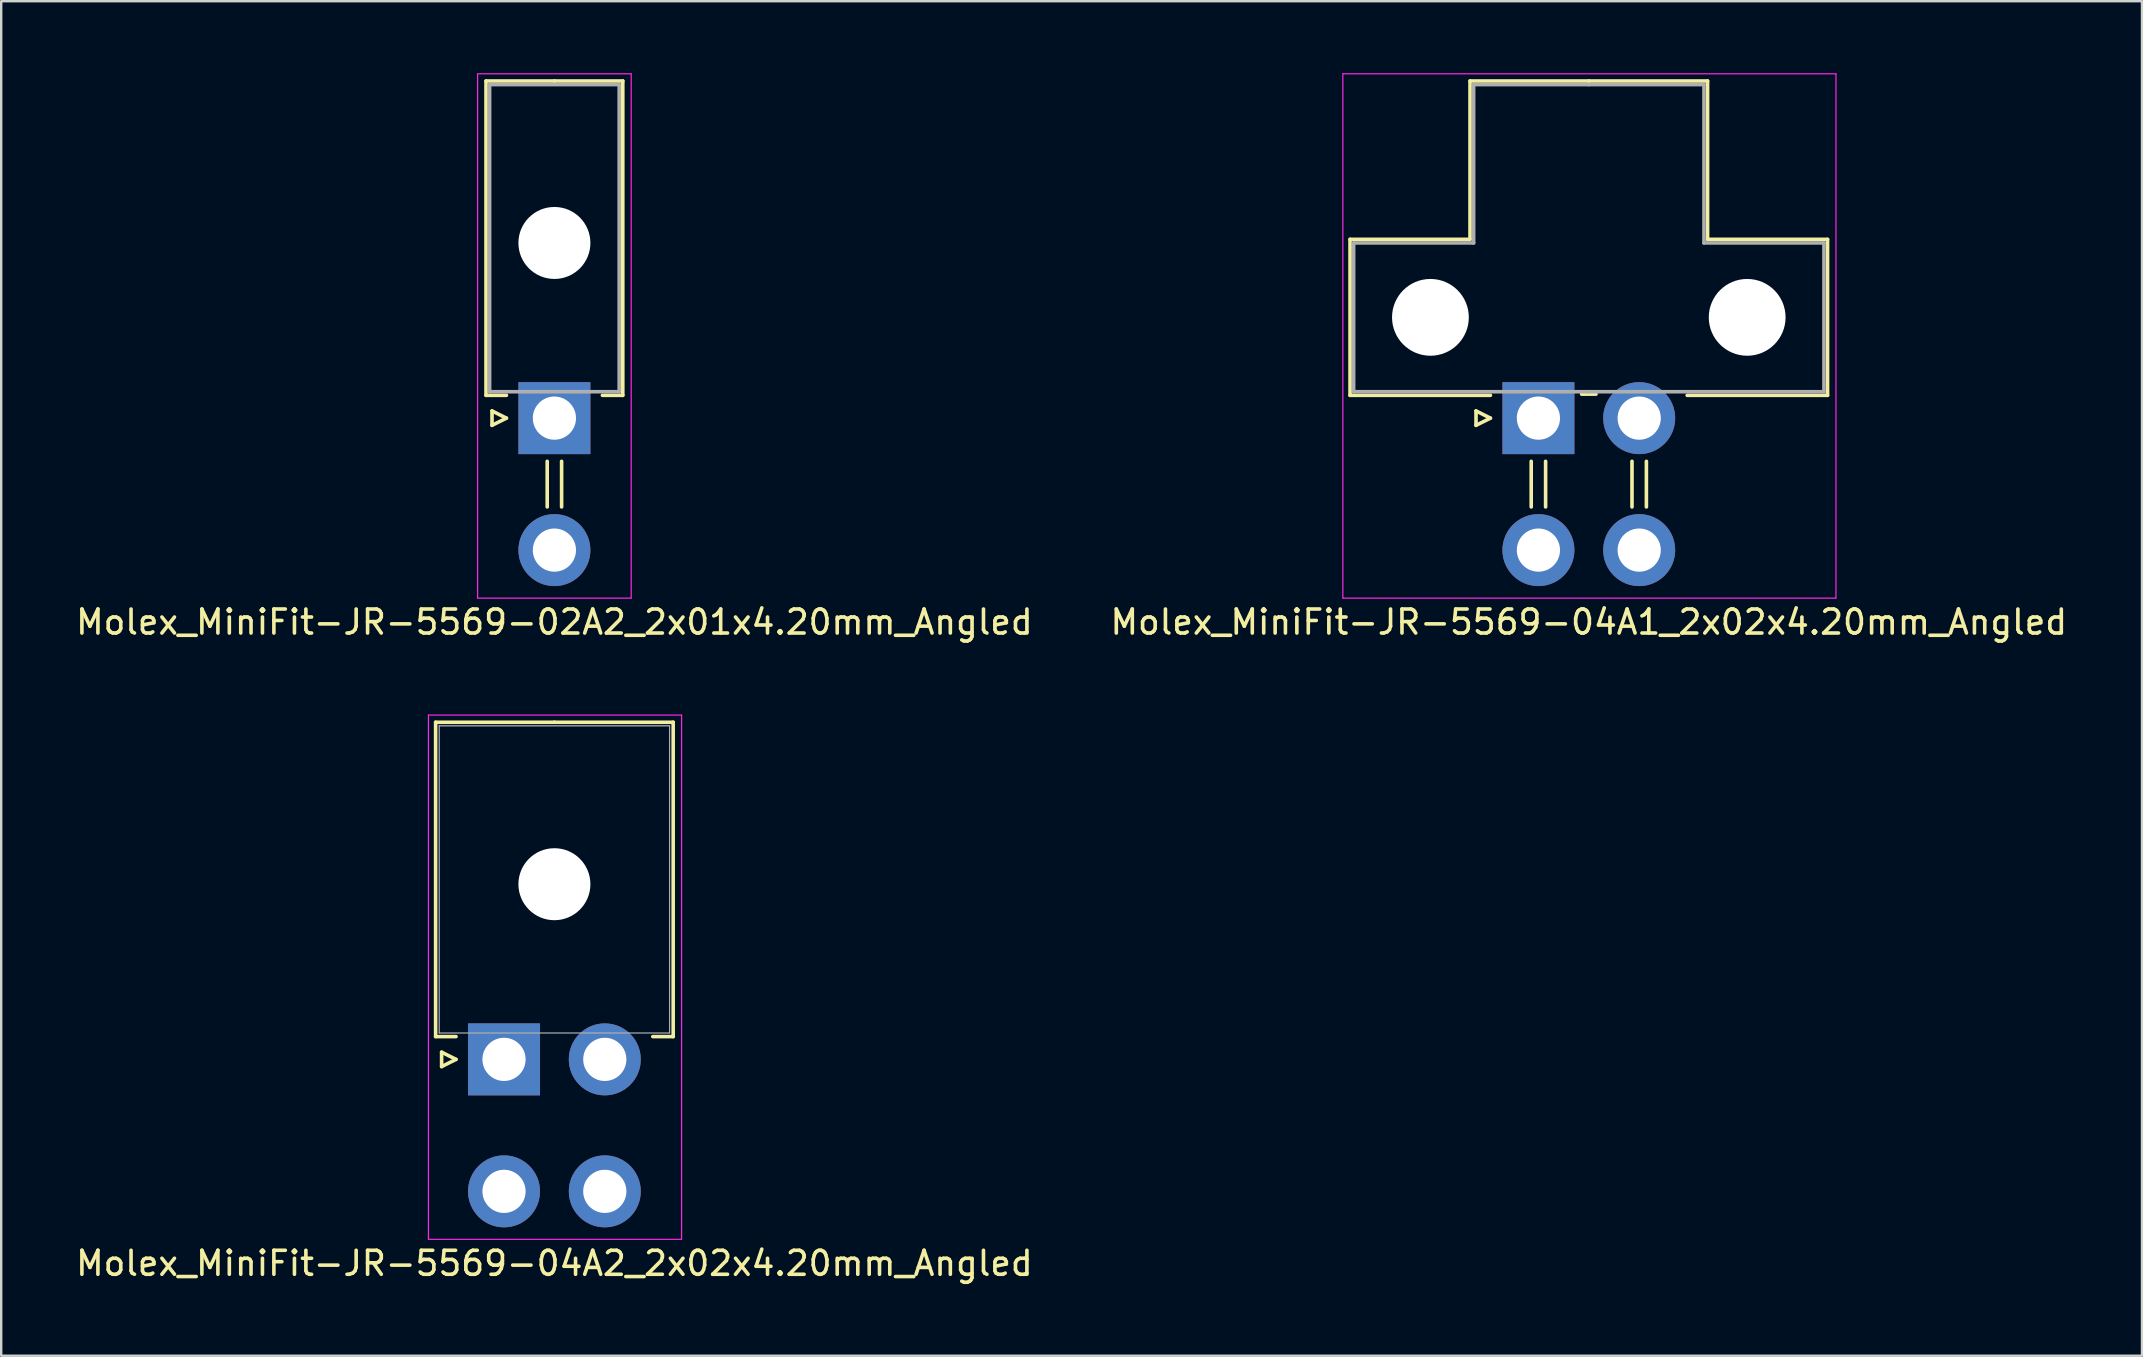
<source format=kicad_pcb>
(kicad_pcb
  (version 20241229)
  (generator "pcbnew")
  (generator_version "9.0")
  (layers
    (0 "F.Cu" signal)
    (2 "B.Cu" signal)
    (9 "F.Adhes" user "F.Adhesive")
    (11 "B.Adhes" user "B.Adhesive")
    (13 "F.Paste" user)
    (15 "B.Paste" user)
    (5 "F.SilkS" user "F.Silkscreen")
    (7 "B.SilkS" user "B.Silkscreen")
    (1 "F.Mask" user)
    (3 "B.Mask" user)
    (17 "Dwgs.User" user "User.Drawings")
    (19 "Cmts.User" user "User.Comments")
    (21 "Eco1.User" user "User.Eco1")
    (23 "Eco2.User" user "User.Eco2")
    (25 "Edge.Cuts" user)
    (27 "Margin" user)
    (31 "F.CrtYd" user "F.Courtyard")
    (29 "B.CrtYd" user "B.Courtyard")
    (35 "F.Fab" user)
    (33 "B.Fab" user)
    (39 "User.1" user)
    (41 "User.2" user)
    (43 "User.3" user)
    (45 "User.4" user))
  (footprint "Molex_MiniFit-JR-5569-04A2_2x02x4.20mm_Angled"
    (layer "F.Cu")
    (at 17.954 41.098)
    (property "Reference" "Molex_MiniFit-JR-5569-04A2_2x02x4.20mm_Angled" (at 2.1 8.5 0) (layer "F.SilkS") (effects (font (size 1 1) (thickness 0.15))))
    (attr through_hole)
    (fp_line (start -2.85 -14.05) (end 2.1 -14.05) (stroke (width 0.15) (type solid)) (layer "F.SilkS"))
    (fp_line (start -2.85 -0.95) (end -2.85 -14.05) (stroke (width 0.15) (type solid)) (layer "F.SilkS"))
    (fp_line (start -2.6 -0.3) (end -2 0) (stroke (width 0.15) (type solid)) (layer "F.SilkS"))
    (fp_line (start -2.6 0.3) (end -2.6 -0.3) (stroke (width 0.15) (type solid)) (layer "F.SilkS"))
    (fp_line (start -2 -0.95) (end -2.85 -0.95) (stroke (width 0.15) (type solid)) (layer "F.SilkS"))
    (fp_line (start -2 0) (end -2.6 0.3) (stroke (width 0.15) (type solid)) (layer "F.SilkS"))
    (fp_line (start 6.2 -0.95) (end 7.05 -0.95) (stroke (width 0.15) (type solid)) (layer "F.SilkS"))
    (fp_line (start 7.05 -14.05) (end 2.1 -14.05) (stroke (width 0.15) (type solid)) (layer "F.SilkS"))
    (fp_line (start 7.05 -0.95) (end 7.05 -14.05) (stroke (width 0.15) (type solid)) (layer "F.SilkS"))
    (fp_line (start -3.15 -14.35) (end -3.15 7.5) (stroke (width 0.05) (type solid)) (layer "F.CrtYd"))
    (fp_line (start -3.15 7.5) (end 7.4 7.5) (stroke (width 0.05) (type solid)) (layer "F.CrtYd"))
    (fp_line (start 7.4 -14.35) (end -3.15 -14.35) (stroke (width 0.05) (type solid)) (layer "F.CrtYd"))
    (fp_line (start 7.4 7.5) (end 7.4 -14.35) (stroke (width 0.05) (type solid)) (layer "F.CrtYd"))
    (fp_line (start -2.7 -13.9) (end -2.7 -1.1) (stroke (width 0.05) (type solid)) (layer "F.Fab"))
    (fp_line (start -2.7 -1.1) (end 6.9 -1.1) (stroke (width 0.05) (type solid)) (layer "F.Fab"))
    (fp_line (start 6.9 -13.9) (end -2.7 -13.9) (stroke (width 0.05) (type solid)) (layer "F.Fab"))
    (fp_line (start 6.9 -1.1) (end 6.9 -13.9) (stroke (width 0.05) (type solid)) (layer "F.Fab"))
    (pad "" np_thru_hole circle (at 2.1 -7.3) (size 3 3) (drill 3) (layers "*.Cu"))
    (pad "1" thru_hole rect (at 0 0) (size 3 3) (drill 1.8) (layers "*.Cu" "*.Mask"))
    (pad "2" thru_hole circle (at 4.2 0) (size 3 3) (drill 1.8) (layers "*.Cu" "*.Mask"))
    (pad "3" thru_hole circle (at 0 5.5) (size 3 3) (drill 1.8) (layers "*.Cu" "*.Mask"))
    (pad "4" thru_hole circle (at 4.2 5.5) (size 3 3) (drill 1.8) (layers "*.Cu" "*.Mask")))
  (footprint "Molex_MiniFit-JR-5569-04A1_2x02x4.20mm_Angled"
    (layer "F.Cu")
    (at 61.061 14.375)
    (property "Reference" "Molex_MiniFit-JR-5569-04A1_2x02x4.20mm_Angled" (at 2.1 8.5 0) (layer "F.SilkS") (effects (font (size 1 1) (thickness 0.15))))
    (attr through_hole)
    (fp_line (start -7.85 -7.45) (end -7.85 -0.95) (stroke (width 0.15) (type solid)) (layer "F.SilkS"))
    (fp_line (start -7.85 -0.95) (end -2 -0.95) (stroke (width 0.15) (type solid)) (layer "F.SilkS"))
    (fp_line (start -2.85 -14.05) (end -2.85 -7.45) (stroke (width 0.15) (type solid)) (layer "F.SilkS"))
    (fp_line (start -2.85 -7.45) (end -7.85 -7.45) (stroke (width 0.15) (type solid)) (layer "F.SilkS"))
    (fp_line (start -2.6 -0.3) (end -2 0) (stroke (width 0.15) (type solid)) (layer "F.SilkS"))
    (fp_line (start -2.6 0.3) (end -2.6 -0.3) (stroke (width 0.15) (type solid)) (layer "F.SilkS"))
    (fp_line (start -2 0) (end -2.6 0.3) (stroke (width 0.15) (type solid)) (layer "F.SilkS"))
    (fp_line (start -0.3 1.8) (end -0.3 3.7) (stroke (width 0.15) (type solid)) (layer "F.SilkS"))
    (fp_line (start 0.3 1.8) (end 0.3 3.7) (stroke (width 0.15) (type solid)) (layer "F.SilkS"))
    (fp_line (start 1.8 -1) (end 2.4 -1) (stroke (width 0.15) (type solid)) (layer "F.SilkS"))
    (fp_line (start 2.1 -14.05) (end -2.85 -14.05) (stroke (width 0.15) (type solid)) (layer "F.SilkS"))
    (fp_line (start 2.1 -14.05) (end 7.05 -14.05) (stroke (width 0.15) (type solid)) (layer "F.SilkS"))
    (fp_line (start 3.9 1.8) (end 3.9 3.7) (stroke (width 0.15) (type solid)) (layer "F.SilkS"))
    (fp_line (start 4.5 1.8) (end 4.5 3.7) (stroke (width 0.15) (type solid)) (layer "F.SilkS"))
    (fp_line (start 7.05 -14.05) (end 7.05 -7.45) (stroke (width 0.15) (type solid)) (layer "F.SilkS"))
    (fp_line (start 7.05 -7.45) (end 12.05 -7.45) (stroke (width 0.15) (type solid)) (layer "F.SilkS"))
    (fp_line (start 12.05 -7.45) (end 12.05 -0.95) (stroke (width 0.15) (type solid)) (layer "F.SilkS"))
    (fp_line (start 12.05 -0.95) (end 6.2 -0.95) (stroke (width 0.15) (type solid)) (layer "F.SilkS"))
    (fp_line (start -8.15 -14.35) (end -8.15 7.5) (stroke (width 0.05) (type solid)) (layer "F.CrtYd"))
    (fp_line (start -8.15 7.5) (end 12.4 7.5) (stroke (width 0.05) (type solid)) (layer "F.CrtYd"))
    (fp_line (start 12.4 -14.35) (end -8.15 -14.35) (stroke (width 0.05) (type solid)) (layer "F.CrtYd"))
    (fp_line (start 12.4 7.5) (end 12.4 -14.35) (stroke (width 0.05) (type solid)) (layer "F.CrtYd"))
    (fp_line (start -7.7 -7.3) (end -7.7 -1.1) (stroke (width 0.15) (type solid)) (layer "F.Fab"))
    (fp_line (start -7.7 -1.1) (end 2.1 -1.1) (stroke (width 0.15) (type solid)) (layer "F.Fab"))
    (fp_line (start -2.7 -13.9) (end -2.7 -7.3) (stroke (width 0.15) (type solid)) (layer "F.Fab"))
    (fp_line (start -2.7 -7.3) (end -7.7 -7.3) (stroke (width 0.15) (type solid)) (layer "F.Fab"))
    (fp_line (start 2.1 -13.9) (end -2.7 -13.9) (stroke (width 0.15) (type solid)) (layer "F.Fab"))
    (fp_line (start 2.1 -13.9) (end 6.9 -13.9) (stroke (width 0.15) (type solid)) (layer "F.Fab"))
    (fp_line (start 6.9 -13.9) (end 6.9 -7.3) (stroke (width 0.15) (type solid)) (layer "F.Fab"))
    (fp_line (start 6.9 -7.3) (end 11.9 -7.3) (stroke (width 0.15) (type solid)) (layer "F.Fab"))
    (fp_line (start 11.9 -7.3) (end 11.9 -1.1) (stroke (width 0.15) (type solid)) (layer "F.Fab"))
    (fp_line (start 11.9 -1.1) (end 2.1 -1.1) (stroke (width 0.15) (type solid)) (layer "F.Fab"))
    (pad "" np_thru_hole circle (at -4.5 -4.2) (size 3.2 3.2) (drill 3.2) (layers "*.Cu"))
    (pad "" np_thru_hole circle (at 8.7 -4.2) (size 3.2 3.2) (drill 3.2) (layers "*.Cu"))
    (pad "1" thru_hole rect (at 0 0) (size 3 3) (drill 1.8) (layers "*.Cu" "*.Mask"))
    (pad "2" thru_hole circle (at 4.2 0) (size 3 3) (drill 1.8) (layers "*.Cu" "*.Mask"))
    (pad "3" thru_hole circle (at 0 5.5) (size 3 3) (drill 1.8) (layers "*.Cu" "*.Mask"))
    (pad "4" thru_hole circle (at 4.2 5.5) (size 3 3) (drill 1.8) (layers "*.Cu" "*.Mask")))
  (footprint "Molex_MiniFit-JR-5569-02A2_2x01x4.20mm_Angled"
    (layer "F.Cu")
    (at 20.054 14.375)
    (property "Reference" "Molex_MiniFit-JR-5569-02A2_2x01x4.20mm_Angled" (at 0 8.5 0) (layer "F.SilkS") (effects (font (size 1 1) (thickness 0.15))))
    (attr through_hole)
    (fp_line (start -2.85 -14.05) (end 0 -14.05) (stroke (width 0.15) (type solid)) (layer "F.SilkS"))
    (fp_line (start -2.85 -0.95) (end -2.85 -14.05) (stroke (width 0.15) (type solid)) (layer "F.SilkS"))
    (fp_line (start -2.6 -0.3) (end -2 0) (stroke (width 0.15) (type solid)) (layer "F.SilkS"))
    (fp_line (start -2.6 0.3) (end -2.6 -0.3) (stroke (width 0.15) (type solid)) (layer "F.SilkS"))
    (fp_line (start -2 -0.95) (end -2.85 -0.95) (stroke (width 0.15) (type solid)) (layer "F.SilkS"))
    (fp_line (start -2 0) (end -2.6 0.3) (stroke (width 0.15) (type solid)) (layer "F.SilkS"))
    (fp_line (start -0.3 1.8) (end -0.3 3.7) (stroke (width 0.15) (type solid)) (layer "F.SilkS"))
    (fp_line (start 0.3 1.8) (end 0.3 3.7) (stroke (width 0.15) (type solid)) (layer "F.SilkS"))
    (fp_line (start 2 -0.95) (end 2.85 -0.95) (stroke (width 0.15) (type solid)) (layer "F.SilkS"))
    (fp_line (start 2.85 -14.05) (end 0 -14.05) (stroke (width 0.15) (type solid)) (layer "F.SilkS"))
    (fp_line (start 2.85 -0.95) (end 2.85 -14.05) (stroke (width 0.15) (type solid)) (layer "F.SilkS"))
    (fp_line (start -3.2 -14.35) (end -3.2 7.5) (stroke (width 0.05) (type solid)) (layer "F.CrtYd"))
    (fp_line (start -3.2 7.5) (end 3.2 7.5) (stroke (width 0.05) (type solid)) (layer "F.CrtYd"))
    (fp_line (start 3.2 -14.35) (end -3.2 -14.35) (stroke (width 0.05) (type solid)) (layer "F.CrtYd"))
    (fp_line (start 3.2 7.5) (end 3.2 -14.35) (stroke (width 0.05) (type solid)) (layer "F.CrtYd"))
    (fp_line (start -2.7 -13.9) (end -2.7 -1.1) (stroke (width 0.15) (type solid)) (layer "F.Fab"))
    (fp_line (start -2.7 -1.1) (end 2.7 -1.1) (stroke (width 0.15) (type solid)) (layer "F.Fab"))
    (fp_line (start 2.7 -13.9) (end -2.7 -13.9) (stroke (width 0.15) (type solid)) (layer "F.Fab"))
    (fp_line (start 2.7 -1.1) (end 2.7 -13.9) (stroke (width 0.15) (type solid)) (layer "F.Fab"))
    (pad "" np_thru_hole circle (at 0 -7.3) (size 3 3) (drill 3) (layers "*.Cu"))
    (pad "1" thru_hole rect (at 0 0) (size 3 3) (drill 1.8) (layers "*.Cu" "*.Mask"))
    (pad "2" thru_hole circle (at 0 5.5) (size 3 3) (drill 1.8) (layers "*.Cu" "*.Mask")))
  (gr_rect
    (start -3 -3)
    (end 86.214 53.447)
    (stroke (width 0.1) (type default))
    (fill no)
    (layer "Edge.Cuts")))
</source>
